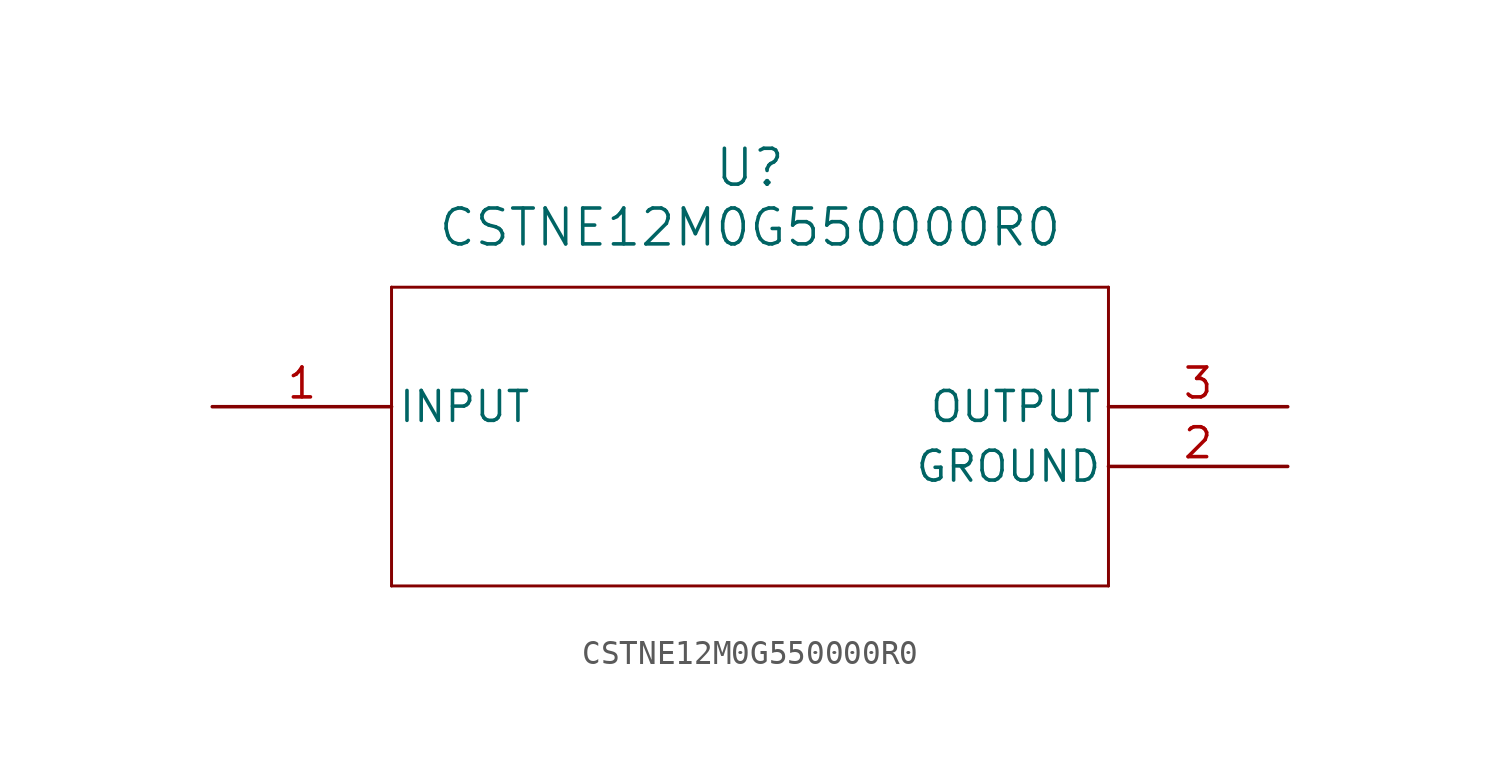
<source format=kicad_sym>
(kicad_symbol_lib
  (version 20211014)
  (generator kicad_symbol_editor)
  (symbol "CSTNE12M0G550000R0"
    (pin_names
      (offset 0.254))
    (property "Reference" "U"
      (at 22.86 10.16 0)
      (effects (font (size 1.524 1.524))))
    (property "Value" "CSTNE12M0G550000R0"
      (at 22.86 7.62 0)
      (effects (font (size 1.524 1.524))))
    (symbol "CSTNE12M0G550000R0_0_1"
      (polyline (pts (xy 7.62 5.08) (xy 7.62 -7.62)) (stroke (width 0.127) (type default) (color 0 0 0 0)) (fill (type none)))
      (polyline (pts (xy 7.62 -7.62) (xy 38.1 -7.62)) (stroke (width 0.127) (type default) (color 0 0 0 0)) (fill (type none)))
      (polyline (pts (xy 38.1 -7.62) (xy 38.1 5.08)) (stroke (width 0.127) (type default) (color 0 0 0 0)) (fill (type none)))
      (polyline (pts (xy 38.1 5.08) (xy 7.62 5.08)) (stroke (width 0.127) (type default) (color 0 0 0 0)) (fill (type none)))
      (pin input line (at 0 0 0) (length 7.62) (name "INPUT" (effects (font (size 1.27 1.27)))) (number "1" (effects (font (size 1.27 1.27)))))
      (pin power_out line (at 45.72 -2.54 180) (length 7.62) (name "GROUND" (effects (font (size 1.27 1.27)))) (number "2" (effects (font (size 1.27 1.27)))))
      (pin output line (at 45.72 0 180) (length 7.62) (name "OUTPUT" (effects (font (size 1.27 1.27)))) (number "3" (effects (font (size 1.27 1.27))))))))
</source>
